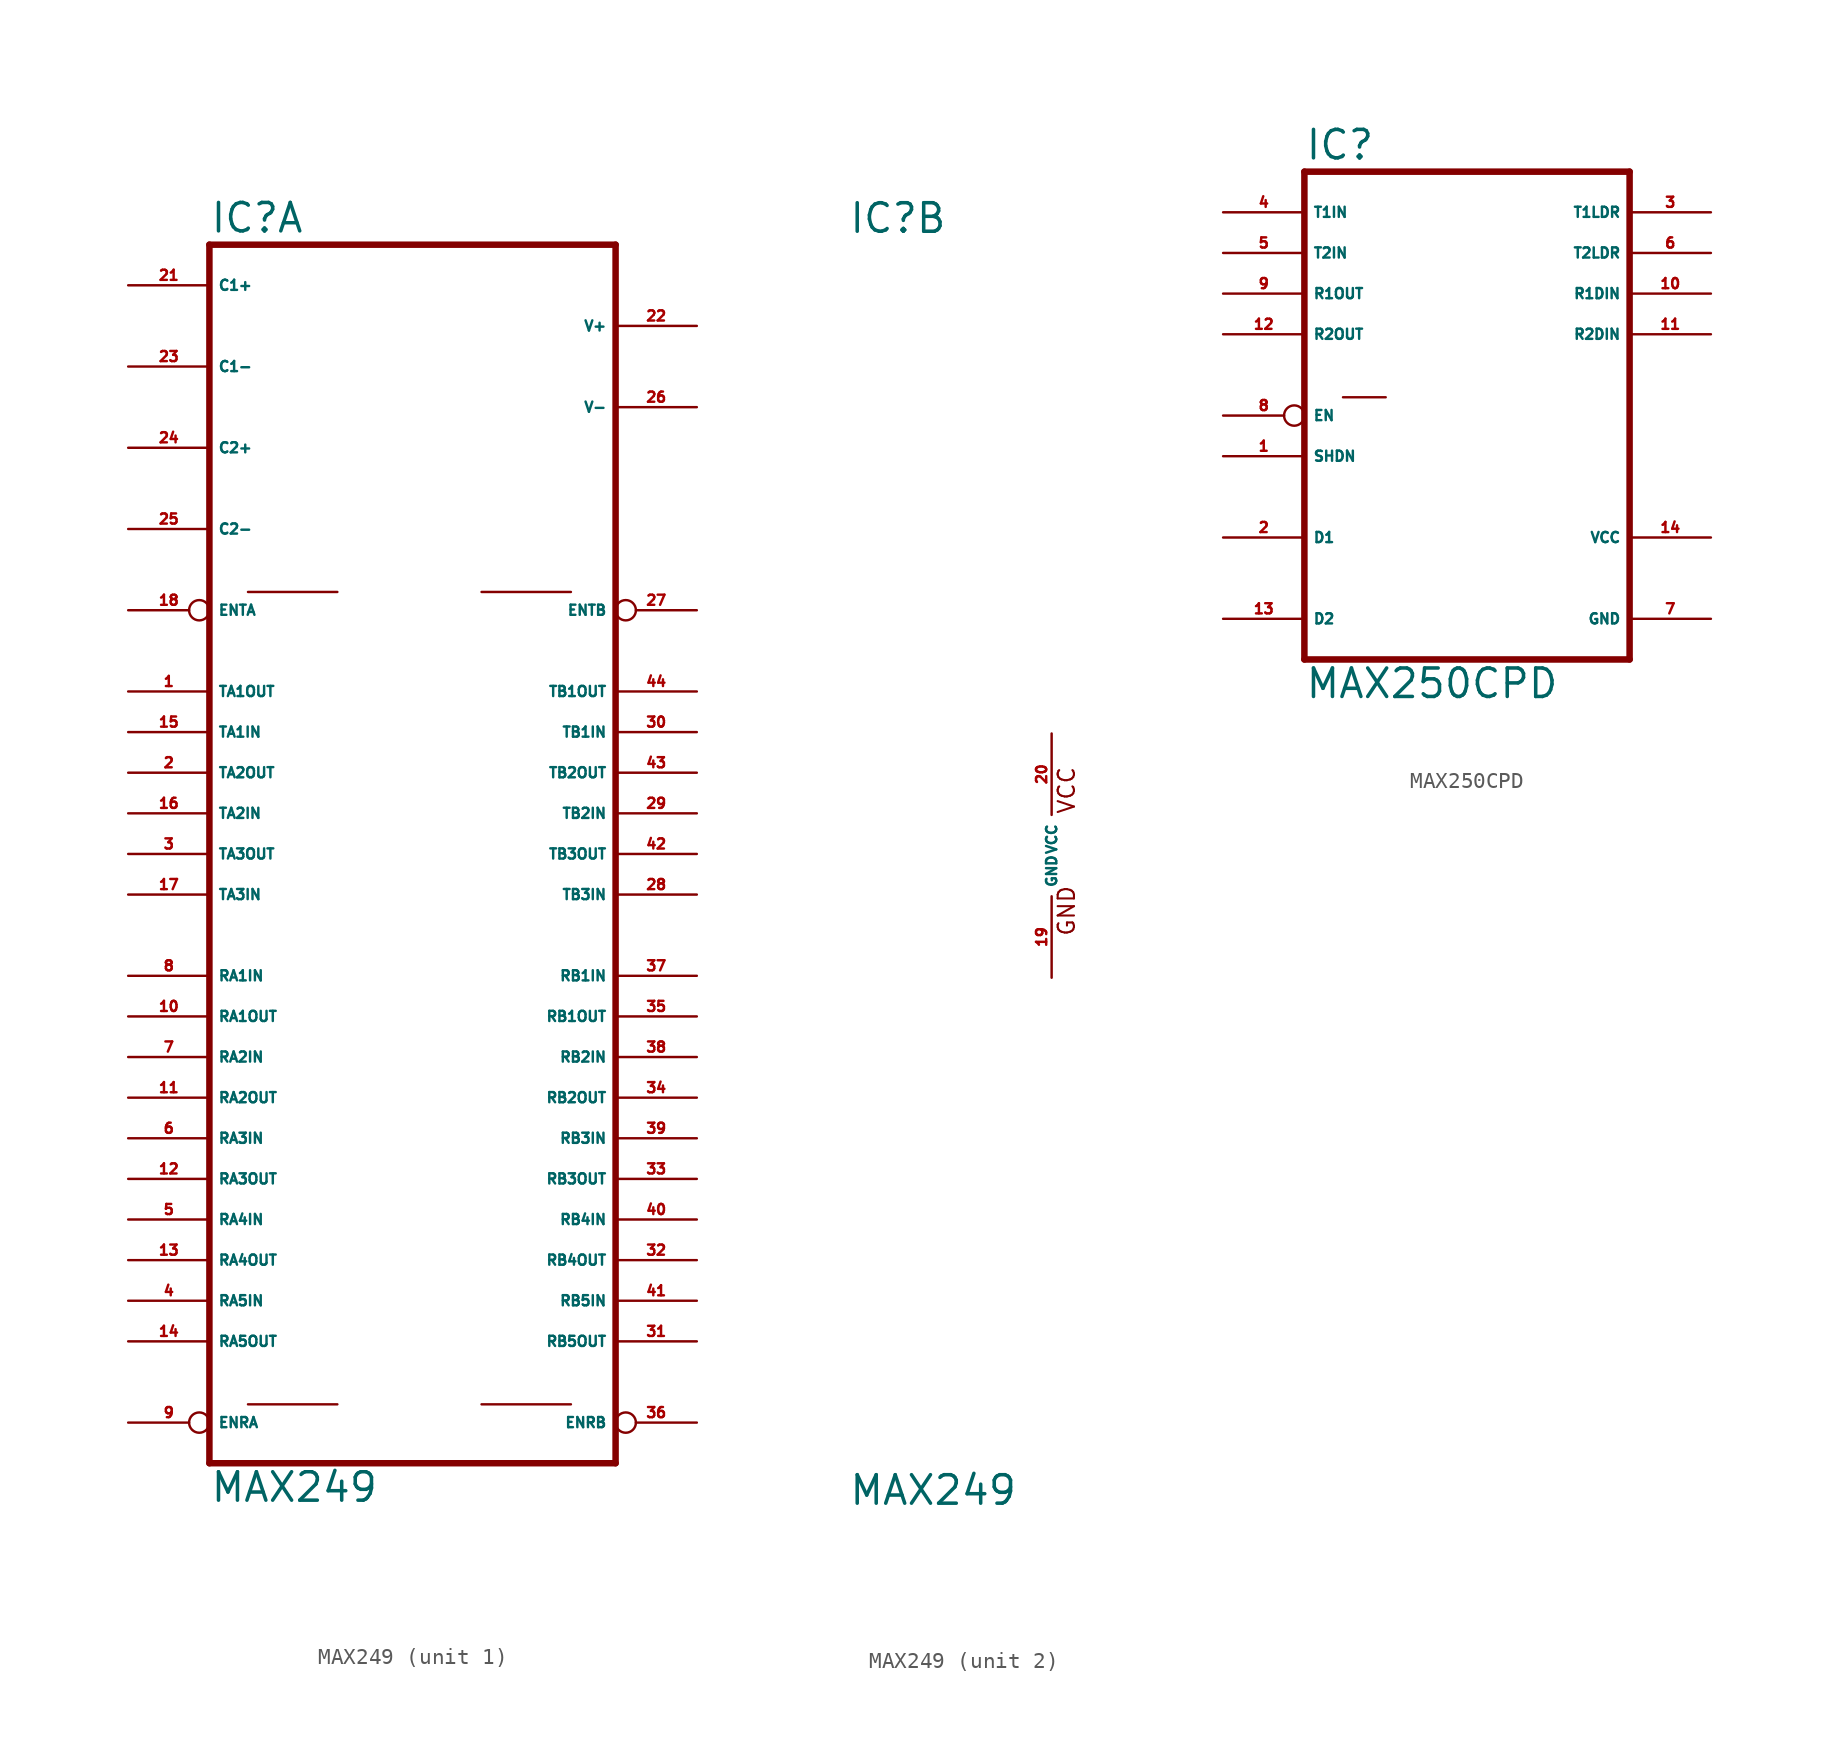
<source format=kicad_sym>
(kicad_symbol_lib
  (version 20220914)
  (generator Eagle2Kicad)
  (symbol "MAX249"
    (property "Reference" "IC"
      (at -12.7 38.735 0)
      (effects (font (size 1.778 1.778) (thickness 0.22)) (justify left bottom)))
    (property "Value" "MAX249"
      (at -12.7 -40.64 0)
      (effects (font (size 1.778 1.778) (thickness 0.22)) (justify left bottom)))
    (symbol "MAX249_1_0"
      (polyline (pts (xy -12.7 38.1) (xy 12.7 38.1)) (stroke (width 0.406) (type default)) (fill (type none)))
      (polyline (pts (xy 12.7 -38.1) (xy 12.7 38.1)) (stroke (width 0.406) (type default)) (fill (type none)))
      (polyline (pts (xy 12.7 -38.1) (xy -12.7 -38.1)) (stroke (width 0.406) (type default)) (fill (type none)))
      (polyline (pts (xy -12.7 38.1) (xy -12.7 -38.1)) (stroke (width 0.406) (type default)) (fill (type none)))
      (polyline (pts (xy -10.287 16.383) (xy -4.699 16.383)) (stroke (width 0.152) (type default)) (fill (type none)))
      (polyline (pts (xy 4.318 16.383) (xy 9.906 16.383)) (stroke (width 0.152) (type default)) (fill (type none)))
      (polyline (pts (xy -10.287 -34.417) (xy -4.699 -34.417)) (stroke (width 0.152) (type default)) (fill (type none)))
      (polyline (pts (xy 4.318 -34.417) (xy 9.906 -34.417)) (stroke (width 0.152) (type default)) (fill (type none)))
      (pin bidirectional line (at -17.78 35.56 0) (length 5.08) (name "C1+" (effects (font (size 0.635 0.635) (thickness 0.08)) (justify left bottom))) (number "21" (effects (font (size 0.635 0.635) (thickness 0.08)) (justify left bottom))))
      (pin bidirectional line (at -17.78 30.48 0) (length 5.08) (name "C1-" (effects (font (size 0.635 0.635) (thickness 0.08)) (justify left bottom))) (number "23" (effects (font (size 0.635 0.635) (thickness 0.08)) (justify left bottom))))
      (pin bidirectional line (at -17.78 25.4 0) (length 5.08) (name "C2+" (effects (font (size 0.635 0.635) (thickness 0.08)) (justify left bottom))) (number "24" (effects (font (size 0.635 0.635) (thickness 0.08)) (justify left bottom))))
      (pin bidirectional line (at -17.78 20.32 0) (length 5.08) (name "C2-" (effects (font (size 0.635 0.635) (thickness 0.08)) (justify left bottom))) (number "25" (effects (font (size 0.635 0.635) (thickness 0.08)) (justify left bottom))))
      (pin output line (at -17.78 10.16 0) (length 5.08) (name "TA1OUT" (effects (font (size 0.635 0.635) (thickness 0.08)) (justify left bottom))) (number "1" (effects (font (size 0.635 0.635) (thickness 0.08)) (justify left bottom))))
      (pin input line (at -17.78 7.62 0) (length 5.08) (name "TA1IN" (effects (font (size 0.635 0.635) (thickness 0.08)) (justify left bottom))) (number "15" (effects (font (size 0.635 0.635) (thickness 0.08)) (justify left bottom))))
      (pin input line (at -17.78 2.54 0) (length 5.08) (name "TA2IN" (effects (font (size 0.635 0.635) (thickness 0.08)) (justify left bottom))) (number "16" (effects (font (size 0.635 0.635) (thickness 0.08)) (justify left bottom))))
      (pin output line (at -17.78 0 0) (length 5.08) (name "TA3OUT" (effects (font (size 0.635 0.635) (thickness 0.08)) (justify left bottom))) (number "3" (effects (font (size 0.635 0.635) (thickness 0.08)) (justify left bottom))))
      (pin bidirectional line (at 17.78 33.02 180) (length 5.08) (name "V+" (effects (font (size 0.635 0.635) (thickness 0.08)) (justify left bottom))) (number "22" (effects (font (size 0.635 0.635) (thickness 0.08)) (justify left bottom))))
      (pin bidirectional line (at 17.78 27.94 180) (length 5.08) (name "V-" (effects (font (size 0.635 0.635) (thickness 0.08)) (justify left bottom))) (number "26" (effects (font (size 0.635 0.635) (thickness 0.08)) (justify left bottom))))
      (pin output line (at 17.78 10.16 180) (length 5.08) (name "TB1OUT" (effects (font (size 0.635 0.635) (thickness 0.08)) (justify left bottom))) (number "44" (effects (font (size 0.635 0.635) (thickness 0.08)) (justify left bottom))))
      (pin input line (at 17.78 7.62 180) (length 5.08) (name "TB1IN" (effects (font (size 0.635 0.635) (thickness 0.08)) (justify left bottom))) (number "30" (effects (font (size 0.635 0.635) (thickness 0.08)) (justify left bottom))))
      (pin input line (at 17.78 2.54 180) (length 5.08) (name "TB2IN" (effects (font (size 0.635 0.635) (thickness 0.08)) (justify left bottom))) (number "29" (effects (font (size 0.635 0.635) (thickness 0.08)) (justify left bottom))))
      (pin output line (at 17.78 0 180) (length 5.08) (name "TB3OUT" (effects (font (size 0.635 0.635) (thickness 0.08)) (justify left bottom))) (number "42" (effects (font (size 0.635 0.635) (thickness 0.08)) (justify left bottom))))
      (pin output line (at -17.78 5.08 0) (length 5.08) (name "TA2OUT" (effects (font (size 0.635 0.635) (thickness 0.08)) (justify left bottom))) (number "2" (effects (font (size 0.635 0.635) (thickness 0.08)) (justify left bottom))))
      (pin input line (at -17.78 -2.54 0) (length 5.08) (name "TA3IN" (effects (font (size 0.635 0.635) (thickness 0.08)) (justify left bottom))) (number "17" (effects (font (size 0.635 0.635) (thickness 0.08)) (justify left bottom))))
      (pin output line (at -17.78 -27.94 0) (length 5.08) (name "RA5IN" (effects (font (size 0.635 0.635) (thickness 0.08)) (justify left bottom))) (number "4" (effects (font (size 0.635 0.635) (thickness 0.08)) (justify left bottom))))
      (pin input line (at -17.78 -30.48 0) (length 5.08) (name "RA5OUT" (effects (font (size 0.635 0.635) (thickness 0.08)) (justify left bottom))) (number "14" (effects (font (size 0.635 0.635) (thickness 0.08)) (justify left bottom))))
      (pin input line (at -17.78 -7.62 0) (length 5.08) (name "RA1IN" (effects (font (size 0.635 0.635) (thickness 0.08)) (justify left bottom))) (number "8" (effects (font (size 0.635 0.635) (thickness 0.08)) (justify left bottom))))
      (pin output line (at -17.78 -10.16 0) (length 5.08) (name "RA1OUT" (effects (font (size 0.635 0.635) (thickness 0.08)) (justify left bottom))) (number "10" (effects (font (size 0.635 0.635) (thickness 0.08)) (justify left bottom))))
      (pin input line (at -17.78 -12.7 0) (length 5.08) (name "RA2IN" (effects (font (size 0.635 0.635) (thickness 0.08)) (justify left bottom))) (number "7" (effects (font (size 0.635 0.635) (thickness 0.08)) (justify left bottom))))
      (pin output line (at -17.78 -15.24 0) (length 5.08) (name "RA2OUT" (effects (font (size 0.635 0.635) (thickness 0.08)) (justify left bottom))) (number "11" (effects (font (size 0.635 0.635) (thickness 0.08)) (justify left bottom))))
      (pin input line (at -17.78 -17.78 0) (length 5.08) (name "RA3IN" (effects (font (size 0.635 0.635) (thickness 0.08)) (justify left bottom))) (number "6" (effects (font (size 0.635 0.635) (thickness 0.08)) (justify left bottom))))
      (pin output line (at -17.78 -20.32 0) (length 5.08) (name "RA3OUT" (effects (font (size 0.635 0.635) (thickness 0.08)) (justify left bottom))) (number "12" (effects (font (size 0.635 0.635) (thickness 0.08)) (justify left bottom))))
      (pin input line (at -17.78 -22.86 0) (length 5.08) (name "RA4IN" (effects (font (size 0.635 0.635) (thickness 0.08)) (justify left bottom))) (number "5" (effects (font (size 0.635 0.635) (thickness 0.08)) (justify left bottom))))
      (pin output line (at -17.78 -25.4 0) (length 5.08) (name "RA4OUT" (effects (font (size 0.635 0.635) (thickness 0.08)) (justify left bottom))) (number "13" (effects (font (size 0.635 0.635) (thickness 0.08)) (justify left bottom))))
      (pin passive inverted (at -17.78 -35.56 0) (length 5.08) (name "ENRA" (effects (font (size 0.635 0.635) (thickness 0.08)) (justify left bottom))) (number "9" (effects (font (size 0.635 0.635) (thickness 0.08)) (justify left bottom))))
      (pin passive inverted (at -17.78 15.24 0) (length 5.08) (name "ENTA" (effects (font (size 0.635 0.635) (thickness 0.08)) (justify left bottom))) (number "18" (effects (font (size 0.635 0.635) (thickness 0.08)) (justify left bottom))))
      (pin passive inverted (at 17.78 15.24 180) (length 5.08) (name "ENTB" (effects (font (size 0.635 0.635) (thickness 0.08)) (justify left bottom))) (number "27" (effects (font (size 0.635 0.635) (thickness 0.08)) (justify left bottom))))
      (pin passive inverted (at 17.78 -35.56 180) (length 5.08) (name "ENRB" (effects (font (size 0.635 0.635) (thickness 0.08)) (justify left bottom))) (number "36" (effects (font (size 0.635 0.635) (thickness 0.08)) (justify left bottom))))
      (pin output line (at 17.78 -25.4 180) (length 5.08) (name "RB4OUT" (effects (font (size 0.635 0.635) (thickness 0.08)) (justify left bottom))) (number "32" (effects (font (size 0.635 0.635) (thickness 0.08)) (justify left bottom))))
      (pin input line (at 17.78 -22.86 180) (length 5.08) (name "RB4IN" (effects (font (size 0.635 0.635) (thickness 0.08)) (justify left bottom))) (number "40" (effects (font (size 0.635 0.635) (thickness 0.08)) (justify left bottom))))
      (pin output line (at 17.78 -20.32 180) (length 5.08) (name "RB3OUT" (effects (font (size 0.635 0.635) (thickness 0.08)) (justify left bottom))) (number "33" (effects (font (size 0.635 0.635) (thickness 0.08)) (justify left bottom))))
      (pin input line (at 17.78 -17.78 180) (length 5.08) (name "RB3IN" (effects (font (size 0.635 0.635) (thickness 0.08)) (justify left bottom))) (number "39" (effects (font (size 0.635 0.635) (thickness 0.08)) (justify left bottom))))
      (pin output line (at 17.78 -15.24 180) (length 5.08) (name "RB2OUT" (effects (font (size 0.635 0.635) (thickness 0.08)) (justify left bottom))) (number "34" (effects (font (size 0.635 0.635) (thickness 0.08)) (justify left bottom))))
      (pin input line (at 17.78 -12.7 180) (length 5.08) (name "RB2IN" (effects (font (size 0.635 0.635) (thickness 0.08)) (justify left bottom))) (number "38" (effects (font (size 0.635 0.635) (thickness 0.08)) (justify left bottom))))
      (pin output line (at 17.78 -10.16 180) (length 5.08) (name "RB1OUT" (effects (font (size 0.635 0.635) (thickness 0.08)) (justify left bottom))) (number "35" (effects (font (size 0.635 0.635) (thickness 0.08)) (justify left bottom))))
      (pin input line (at 17.78 -7.62 180) (length 5.08) (name "RB1IN" (effects (font (size 0.635 0.635) (thickness 0.08)) (justify left bottom))) (number "37" (effects (font (size 0.635 0.635) (thickness 0.08)) (justify left bottom))))
      (pin input line (at 17.78 -30.48 180) (length 5.08) (name "RB5OUT" (effects (font (size 0.635 0.635) (thickness 0.08)) (justify left bottom))) (number "31" (effects (font (size 0.635 0.635) (thickness 0.08)) (justify left bottom))))
      (pin output line (at 17.78 -27.94 180) (length 5.08) (name "RB5IN" (effects (font (size 0.635 0.635) (thickness 0.08)) (justify left bottom))) (number "41" (effects (font (size 0.635 0.635) (thickness 0.08)) (justify left bottom))))
      (pin input line (at 17.78 -2.54 180) (length 5.08) (name "TB3IN" (effects (font (size 0.635 0.635) (thickness 0.08)) (justify left bottom))) (number "28" (effects (font (size 0.635 0.635) (thickness 0.08)) (justify left bottom))))
      (pin output line (at 17.78 5.08 180) (length 5.08) (name "TB2OUT" (effects (font (size 0.635 0.635) (thickness 0.08)) (justify left bottom))) (number "43" (effects (font (size 0.635 0.635) (thickness 0.08)) (justify left bottom)))))
    (symbol "MAX249_2_0"
      (text "GND" (at 1.524 -5.08 900) (effects (font (size 1.016 1.016) (thickness 0.13)) (justify left bottom)))
      (text "VCC" (at 1.524 2.54 900) (effects (font (size 1.016 1.016) (thickness 0.13)) (justify left bottom)))
      (pin unspecified line (at 0 7.62 270) (length 5.08) (name "VCC" (effects (font (size 0.635 0.635) (thickness 0.08)) (justify left bottom))) (number "20" (effects (font (size 0.635 0.635) (thickness 0.08)) (justify left bottom))))
      (pin unspecified line (at 0 -7.62 90) (length 5.08) (name "GND" (effects (font (size 0.635 0.635) (thickness 0.08)) (justify left bottom))) (number "19" (effects (font (size 0.635 0.635) (thickness 0.08)) (justify left bottom))))))
  (symbol "MAX250CPD"
    (property "Reference" "IC"
      (at -10.16 15.875 0)
      (effects (font (size 1.778 1.778) (thickness 0.22)) (justify left bottom)))
    (property "Value" "MAX250CPD"
      (at -10.16 -17.78 0)
      (effects (font (size 1.778 1.778) (thickness 0.22)) (justify left bottom)))
    (polyline
      (pts (xy 10.16 -15.24) (xy -10.16 -15.24))
      (stroke (width 0.406) (type default))
      (fill (type none)))
    (polyline
      (pts (xy -10.16 15.24) (xy -10.16 -15.24))
      (stroke (width 0.406) (type default))
      (fill (type none)))
    (polyline
      (pts (xy -10.16 15.24) (xy 10.16 15.24))
      (stroke (width 0.406) (type default))
      (fill (type none)))
    (polyline
      (pts (xy 10.16 -15.24) (xy 10.16 15.24))
      (stroke (width 0.406) (type default))
      (fill (type none)))
    (polyline
      (pts (xy -5.08 1.143) (xy -7.747 1.143))
      (stroke (width 0.152) (type default))
      (fill (type none)))
    (pin input line
      (at 15.24 7.62 180)
      (length 5.08)
      (name "R1DIN" (effects (font (size 0.635 0.635) (thickness 0.08)) (justify left bottom)))
      (number "10" (effects (font (size 0.635 0.635) (thickness 0.08)) (justify left bottom))))
    (pin input line
      (at 15.24 5.08 180)
      (length 5.08)
      (name "R2DIN" (effects (font (size 0.635 0.635) (thickness 0.08)) (justify left bottom)))
      (number "11" (effects (font (size 0.635 0.635) (thickness 0.08)) (justify left bottom))))
    (pin input line
      (at -15.24 12.7 0)
      (length 5.08)
      (name "T1IN" (effects (font (size 0.635 0.635) (thickness 0.08)) (justify left bottom)))
      (number "4" (effects (font (size 0.635 0.635) (thickness 0.08)) (justify left bottom))))
    (pin input line
      (at -15.24 10.16 0)
      (length 5.08)
      (name "T2IN" (effects (font (size 0.635 0.635) (thickness 0.08)) (justify left bottom)))
      (number "5" (effects (font (size 0.635 0.635) (thickness 0.08)) (justify left bottom))))
    (pin output line
      (at 15.24 12.7 180)
      (length 5.08)
      (name "T1LDR" (effects (font (size 0.635 0.635) (thickness 0.08)) (justify left bottom)))
      (number "3" (effects (font (size 0.635 0.635) (thickness 0.08)) (justify left bottom))))
    (pin unspecified line
      (at 15.24 -12.7 180)
      (length 5.08)
      (name "GND" (effects (font (size 0.635 0.635) (thickness 0.08)) (justify left bottom)))
      (number "7" (effects (font (size 0.635 0.635) (thickness 0.08)) (justify left bottom))))
    (pin passive line
      (at -15.24 -12.7 0)
      (length 5.08)
      (name "D2" (effects (font (size 0.635 0.635) (thickness 0.08)) (justify left bottom)))
      (number "13" (effects (font (size 0.635 0.635) (thickness 0.08)) (justify left bottom))))
    (pin unspecified line
      (at 15.24 -7.62 180)
      (length 5.08)
      (name "VCC" (effects (font (size 0.635 0.635) (thickness 0.08)) (justify left bottom)))
      (number "14" (effects (font (size 0.635 0.635) (thickness 0.08)) (justify left bottom))))
    (pin output line
      (at 15.24 10.16 180)
      (length 5.08)
      (name "T2LDR" (effects (font (size 0.635 0.635) (thickness 0.08)) (justify left bottom)))
      (number "6" (effects (font (size 0.635 0.635) (thickness 0.08)) (justify left bottom))))
    (pin output line
      (at -15.24 7.62 0)
      (length 5.08)
      (name "R1OUT" (effects (font (size 0.635 0.635) (thickness 0.08)) (justify left bottom)))
      (number "9" (effects (font (size 0.635 0.635) (thickness 0.08)) (justify left bottom))))
    (pin output line
      (at -15.24 5.08 0)
      (length 5.08)
      (name "R2OUT" (effects (font (size 0.635 0.635) (thickness 0.08)) (justify left bottom)))
      (number "12" (effects (font (size 0.635 0.635) (thickness 0.08)) (justify left bottom))))
    (pin passive line
      (at -15.24 -7.62 0)
      (length 5.08)
      (name "D1" (effects (font (size 0.635 0.635) (thickness 0.08)) (justify left bottom)))
      (number "2" (effects (font (size 0.635 0.635) (thickness 0.08)) (justify left bottom))))
    (pin input inverted
      (at -15.24 0 0)
      (length 5.08)
      (name "EN" (effects (font (size 0.635 0.635) (thickness 0.08)) (justify left bottom)))
      (number "8" (effects (font (size 0.635 0.635) (thickness 0.08)) (justify left bottom))))
    (pin input line
      (at -15.24 -2.54 0)
      (length 5.08)
      (name "SHDN" (effects (font (size 0.635 0.635) (thickness 0.08)) (justify left bottom)))
      (number "1" (effects (font (size 0.635 0.635) (thickness 0.08)) (justify left bottom))))))
</source>
